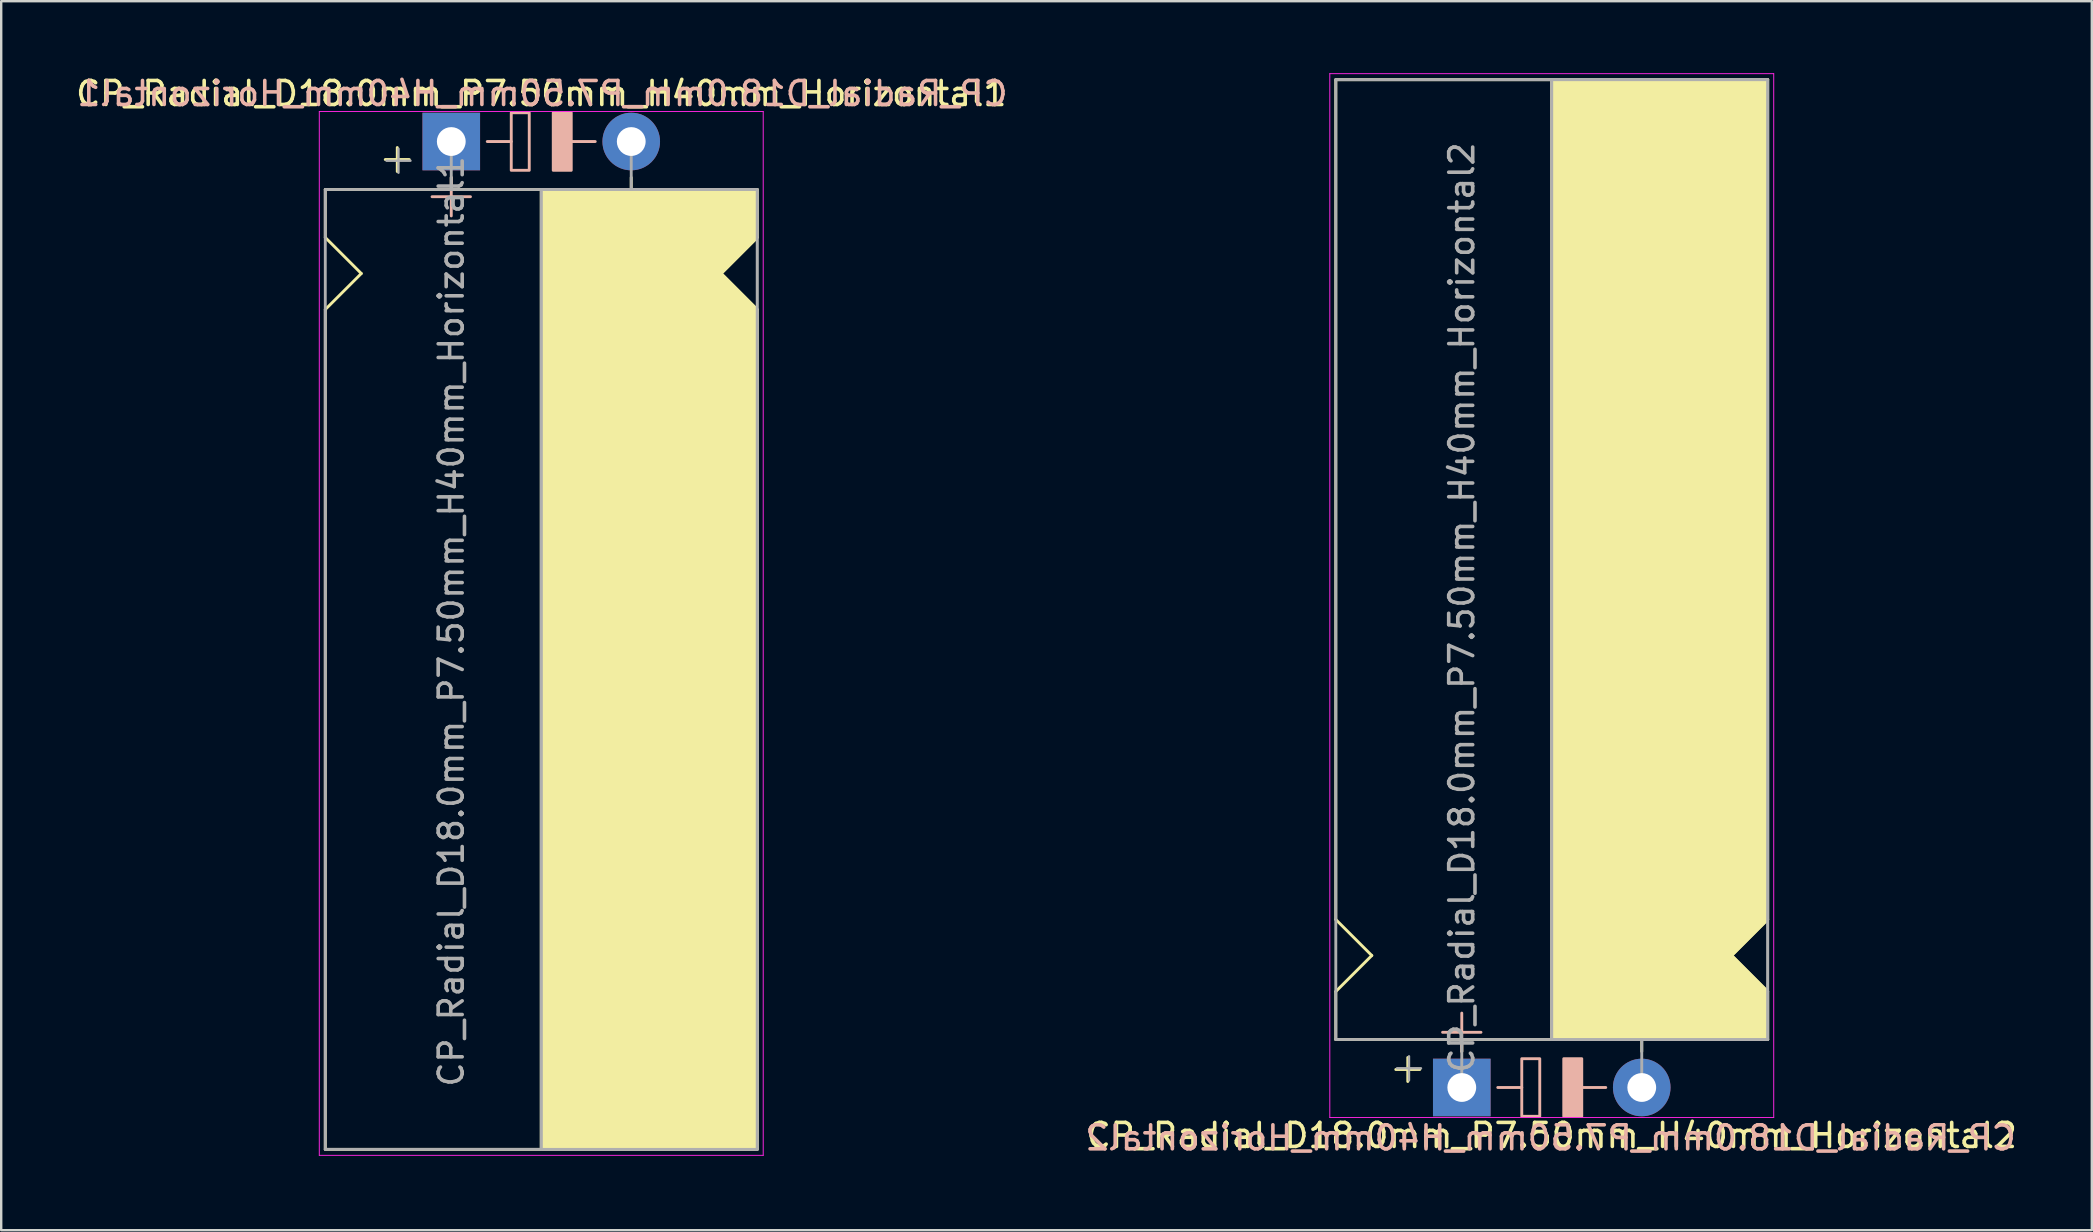
<source format=kicad_pcb>
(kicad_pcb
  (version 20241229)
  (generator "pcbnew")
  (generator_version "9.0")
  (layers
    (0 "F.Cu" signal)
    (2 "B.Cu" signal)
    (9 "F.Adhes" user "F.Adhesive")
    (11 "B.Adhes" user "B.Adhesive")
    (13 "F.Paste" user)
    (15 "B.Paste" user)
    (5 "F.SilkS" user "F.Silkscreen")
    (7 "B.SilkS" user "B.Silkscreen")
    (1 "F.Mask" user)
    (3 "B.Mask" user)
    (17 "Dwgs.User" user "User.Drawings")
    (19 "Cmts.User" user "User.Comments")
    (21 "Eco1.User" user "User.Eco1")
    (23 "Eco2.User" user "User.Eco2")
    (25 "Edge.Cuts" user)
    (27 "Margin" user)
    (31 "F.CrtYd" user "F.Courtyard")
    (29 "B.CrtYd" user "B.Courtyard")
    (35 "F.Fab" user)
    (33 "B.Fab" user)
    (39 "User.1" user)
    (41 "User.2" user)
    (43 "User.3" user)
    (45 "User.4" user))
  (footprint "CP_Radial_D18.0mm_P7.50mm_H40mm_Horizontal2"
    (layer "F.Cu")
    (at 57.868 42.27)
    (property "Reference" "CP_Radial_D18.0mm_P7.50mm_H40mm_Horizontal2" (at 3.75 2 0) (layer "F.SilkS") (effects (font (size 1 1) (thickness 0.15))))
    (fp_line (start -5.25 -42) (end 12.75 -42) (stroke (width 0.12) (type solid)) (layer "F.SilkS"))
    (fp_line (start -5.25 -7) (end -5.25 -42) (stroke (width 0.12) (type solid)) (layer "F.SilkS"))
    (fp_line (start -5.25 -7) (end -3.75 -5.5) (stroke (width 0.12) (type solid)) (layer "F.SilkS"))
    (fp_line (start -5.25 -4) (end -3.75 -5.5) (stroke (width 0.12) (type solid)) (layer "F.SilkS"))
    (fp_line (start -5.25 -2) (end -5.25 -4) (stroke (width 0.12) (type solid)) (layer "F.SilkS"))
    (fp_line (start -5.25 -2) (end 12.75 -2) (stroke (width 0.12) (type solid)) (layer "F.SilkS"))
    (fp_line (start -2.25 -1.25) (end -2.25 -0.25) (stroke (width 0.12) (type solid)) (layer "F.SilkS"))
    (fp_line (start -1.75 -0.75) (end -2.75 -0.75) (stroke (width 0.12) (type solid)) (layer "F.SilkS"))
    (fp_line (start 0 -1.5) (end 0 -2) (stroke (width 0.12) (type solid)) (layer "F.SilkS"))
    (fp_line (start 3.75 -2) (end 3.75 -42) (stroke (width 0.12) (type solid)) (layer "F.SilkS"))
    (fp_line (start 7.5 -1.5) (end 7.5 -2) (stroke (width 0.12) (type solid)) (layer "F.SilkS"))
    (fp_line (start 12.75 -42) (end 12.75 -7) (stroke (width 0.12) (type solid)) (layer "F.SilkS"))
    (fp_line (start 12.75 -7) (end 11.25 -5.5) (stroke (width 0.12) (type solid)) (layer "F.SilkS"))
    (fp_line (start 12.75 -4) (end 11.25 -5.5) (stroke (width 0.12) (type solid)) (layer "F.SilkS"))
    (fp_line (start 12.75 -2) (end 12.75 -4) (stroke (width 0.12) (type solid)) (layer "F.SilkS"))
    (fp_poly (pts (xy 12.75 -4) (xy 11.25 -5.5) (xy 12.75 -7) (xy 12.75 -42) (xy 3.75 -42) (xy 3.75 -2) (xy 12.75 -2)) (stroke (width 0.1) (type solid)) (fill yes) (layer "F.SilkS"))
    (fp_line (start 0 -3.1) (end 0 -1.5) (stroke (width 0.12) (type solid)) (layer "B.SilkS"))
    (fp_line (start 0.8 -2.3) (end -0.8 -2.3) (stroke (width 0.12) (type solid)) (layer "B.SilkS"))
    (fp_line (start 2.5 0) (end 1.5 0) (stroke (width 0.12) (type solid)) (layer "B.SilkS"))
    (fp_line (start 6 0) (end 5 0) (stroke (width 0.12) (type solid)) (layer "B.SilkS"))
    (fp_rect (start 2.5 -1.2) (end 3.25 1.2) (stroke (width 0.12) (type solid)) (fill no) (layer "B.SilkS"))
    (fp_rect (start 4.25 -1.2) (end 5 1.2) (stroke (width 0.12) (type solid)) (fill yes) (layer "B.SilkS"))
    (fp_line (start -5.5 -42.25) (end 13 -42.25) (stroke (width 0.04) (type solid)) (layer "F.CrtYd"))
    (fp_line (start -5.5 1.25) (end -5.5 -42.25) (stroke (width 0.04) (type solid)) (layer "F.CrtYd"))
    (fp_line (start 13 -42.25) (end 13 1.25) (stroke (width 0.04) (type solid)) (layer "F.CrtYd"))
    (fp_line (start 13 1.25) (end -5.5 1.25) (stroke (width 0.04) (type solid)) (layer "F.CrtYd"))
    (fp_line (start -5.25 -42) (end 12.75 -42) (stroke (width 0.12) (type solid)) (layer "F.Fab"))
    (fp_line (start -5.25 -2) (end -5.25 -42) (stroke (width 0.12) (type solid)) (layer "F.Fab"))
    (fp_line (start -2.7 -0.8) (end -1.7 -0.8) (stroke (width 0.1) (type solid)) (layer "F.Fab"))
    (fp_line (start -2.2 -0.3) (end -2.2 -1.3) (stroke (width 0.1) (type solid)) (layer "F.Fab"))
    (fp_line (start 0 0) (end 0 -2) (stroke (width 0.12) (type solid)) (layer "F.Fab"))
    (fp_line (start 3.75 -2) (end 3.75 -42) (stroke (width 0.12) (type solid)) (layer "F.Fab"))
    (fp_line (start 7.5 0) (end 7.5 -2) (stroke (width 0.12) (type solid)) (layer "F.Fab"))
    (fp_line (start 12.75 -42) (end 12.75 -2) (stroke (width 0.12) (type solid)) (layer "F.Fab"))
    (fp_line (start 12.75 -2) (end -5.25 -2) (stroke (width 0.12) (type solid)) (layer "F.Fab"))
    (fp_poly (pts (xy 12.75 -42) (xy 3.75 -42) (xy 3.75 -2) (xy 12.75 -2)) (stroke (width 0.1) (type solid)) (fill no) (layer "F.Fab"))
    (fp_text user "${REFERENCE}" (at 3.7 2.1 0) (layer "B.SilkS") (effects (font (size 1 1) (thickness 0.15)) (justify mirror)))
    (fp_text user "${REFERENCE}" (at 0 -20 90) (layer "F.Fab") (effects (font (size 1 1) (thickness 0.15))))
    (pad "1" thru_hole rect (at 0 0) (size 2.4 2.4) (drill 1.2) (layers "*.Cu" "*.Mask"))
    (pad "2" thru_hole circle (at 7.5 0) (size 2.4 2.4) (drill 1.2) (layers "*.Cu" "*.Mask")))
  (footprint "CP_Radial_D18.0mm_P7.50mm_H40mm_Horizontal1"
    (layer "F.Cu")
    (at 15.756 2.848)
    (property "Reference" "CP_Radial_D18.0mm_P7.50mm_H40mm_Horizontal1" (at 3.75 -2 0) (layer "F.SilkS") (effects (font (size 1 1) (thickness 0.15))))
    (fp_line (start -5.25 2) (end -5.25 4) (stroke (width 0.12) (type solid)) (layer "F.SilkS"))
    (fp_line (start -5.25 2) (end 12.75 2) (stroke (width 0.12) (type solid)) (layer "F.SilkS"))
    (fp_line (start -5.25 4) (end -3.75 5.5) (stroke (width 0.12) (type solid)) (layer "F.SilkS"))
    (fp_line (start -5.25 7) (end -5.25 42) (stroke (width 0.12) (type solid)) (layer "F.SilkS"))
    (fp_line (start -5.25 7) (end -3.75 5.5) (stroke (width 0.12) (type solid)) (layer "F.SilkS"))
    (fp_line (start -5.25 42) (end 12.75 42) (stroke (width 0.12) (type solid)) (layer "F.SilkS"))
    (fp_line (start -2.25 0.25) (end -2.25 1.25) (stroke (width 0.12) (type solid)) (layer "F.SilkS"))
    (fp_line (start -1.75 0.75) (end -2.75 0.75) (stroke (width 0.12) (type solid)) (layer "F.SilkS"))
    (fp_line (start 0 1.5) (end 0 2) (stroke (width 0.12) (type solid)) (layer "F.SilkS"))
    (fp_line (start 3.75 2) (end 3.75 42) (stroke (width 0.12) (type solid)) (layer "F.SilkS"))
    (fp_line (start 7.5 1.5) (end 7.5 2) (stroke (width 0.12) (type solid)) (layer "F.SilkS"))
    (fp_line (start 12.75 2) (end 12.75 4) (stroke (width 0.12) (type solid)) (layer "F.SilkS"))
    (fp_line (start 12.75 4) (end 11.25 5.5) (stroke (width 0.12) (type solid)) (layer "F.SilkS"))
    (fp_line (start 12.75 7) (end 11.25 5.5) (stroke (width 0.12) (type solid)) (layer "F.SilkS"))
    (fp_line (start 12.75 42) (end 12.75 7) (stroke (width 0.12) (type solid)) (layer "F.SilkS"))
    (fp_poly (pts (xy 12.75 4) (xy 11.25 5.5) (xy 12.75 7) (xy 12.75 42) (xy 3.75 42) (xy 3.75 2) (xy 12.75 2)) (stroke (width 0.1) (type solid)) (fill yes) (layer "F.SilkS"))
    (fp_line (start 0 1.5) (end 0 3.1) (stroke (width 0.12) (type solid)) (layer "B.SilkS"))
    (fp_line (start 0.8 2.3) (end -0.8 2.3) (stroke (width 0.12) (type solid)) (layer "B.SilkS"))
    (fp_line (start 2.5 0) (end 1.5 0) (stroke (width 0.12) (type solid)) (layer "B.SilkS"))
    (fp_line (start 6 0) (end 5 0) (stroke (width 0.12) (type solid)) (layer "B.SilkS"))
    (fp_rect (start 2.5 -1.2) (end 3.25 1.2) (stroke (width 0.12) (type solid)) (fill no) (layer "B.SilkS"))
    (fp_rect (start 4.25 -1.2) (end 5 1.2) (stroke (width 0.12) (type solid)) (fill yes) (layer "B.SilkS"))
    (fp_line (start -5.5 -1.25) (end -5.5 42.25) (stroke (width 0.04) (type solid)) (layer "F.CrtYd"))
    (fp_line (start -5.5 42.25) (end 13 42.25) (stroke (width 0.04) (type solid)) (layer "F.CrtYd"))
    (fp_line (start 13 -1.25) (end -5.5 -1.25) (stroke (width 0.04) (type solid)) (layer "F.CrtYd"))
    (fp_line (start 13 42.25) (end 13 -1.25) (stroke (width 0.04) (type solid)) (layer "F.CrtYd"))
    (fp_line (start -5.25 2) (end -5.25 42) (stroke (width 0.12) (type solid)) (layer "F.Fab"))
    (fp_line (start -5.25 42) (end 12.75 42) (stroke (width 0.12) (type solid)) (layer "F.Fab"))
    (fp_line (start -2.7 0.8) (end -1.7 0.8) (stroke (width 0.1) (type solid)) (layer "F.Fab"))
    (fp_line (start -2.2 1.3) (end -2.2 0.3) (stroke (width 0.1) (type solid)) (layer "F.Fab"))
    (fp_line (start 0 0) (end 0 2) (stroke (width 0.12) (type solid)) (layer "F.Fab"))
    (fp_line (start 3.75 2) (end 3.75 42) (stroke (width 0.12) (type solid)) (layer "F.Fab"))
    (fp_line (start 7.5 0) (end 7.5 2) (stroke (width 0.12) (type solid)) (layer "F.Fab"))
    (fp_line (start 12.75 2) (end -5.25 2) (stroke (width 0.12) (type solid)) (layer "F.Fab"))
    (fp_line (start 12.75 42) (end 12.75 2) (stroke (width 0.12) (type solid)) (layer "F.Fab"))
    (fp_poly (pts (xy 12.75 42) (xy 3.75 42) (xy 3.75 2) (xy 12.75 2)) (stroke (width 0.1) (type solid)) (fill no) (layer "F.Fab"))
    (fp_text user "${REFERENCE}" (at 3.8 -2 0) (layer "B.SilkS") (effects (font (size 1 1) (thickness 0.15)) (justify mirror)))
    (fp_text user "${REFERENCE}" (at 0 20 90) (layer "F.Fab") (effects (font (size 1 1) (thickness 0.15))))
    (pad "1" thru_hole rect (at 0 0) (size 2.4 2.4) (drill 1.2) (layers "*.Cu" "*.Mask"))
    (pad "2" thru_hole circle (at 7.5 0) (size 2.4 2.4) (drill 1.2) (layers "*.Cu" "*.Mask")))
  (gr_rect
    (start -3 -3)
    (end 84.124 48.218)
    (stroke (width 0.1) (type default))
    (fill no)
    (layer "Edge.Cuts")))
</source>
